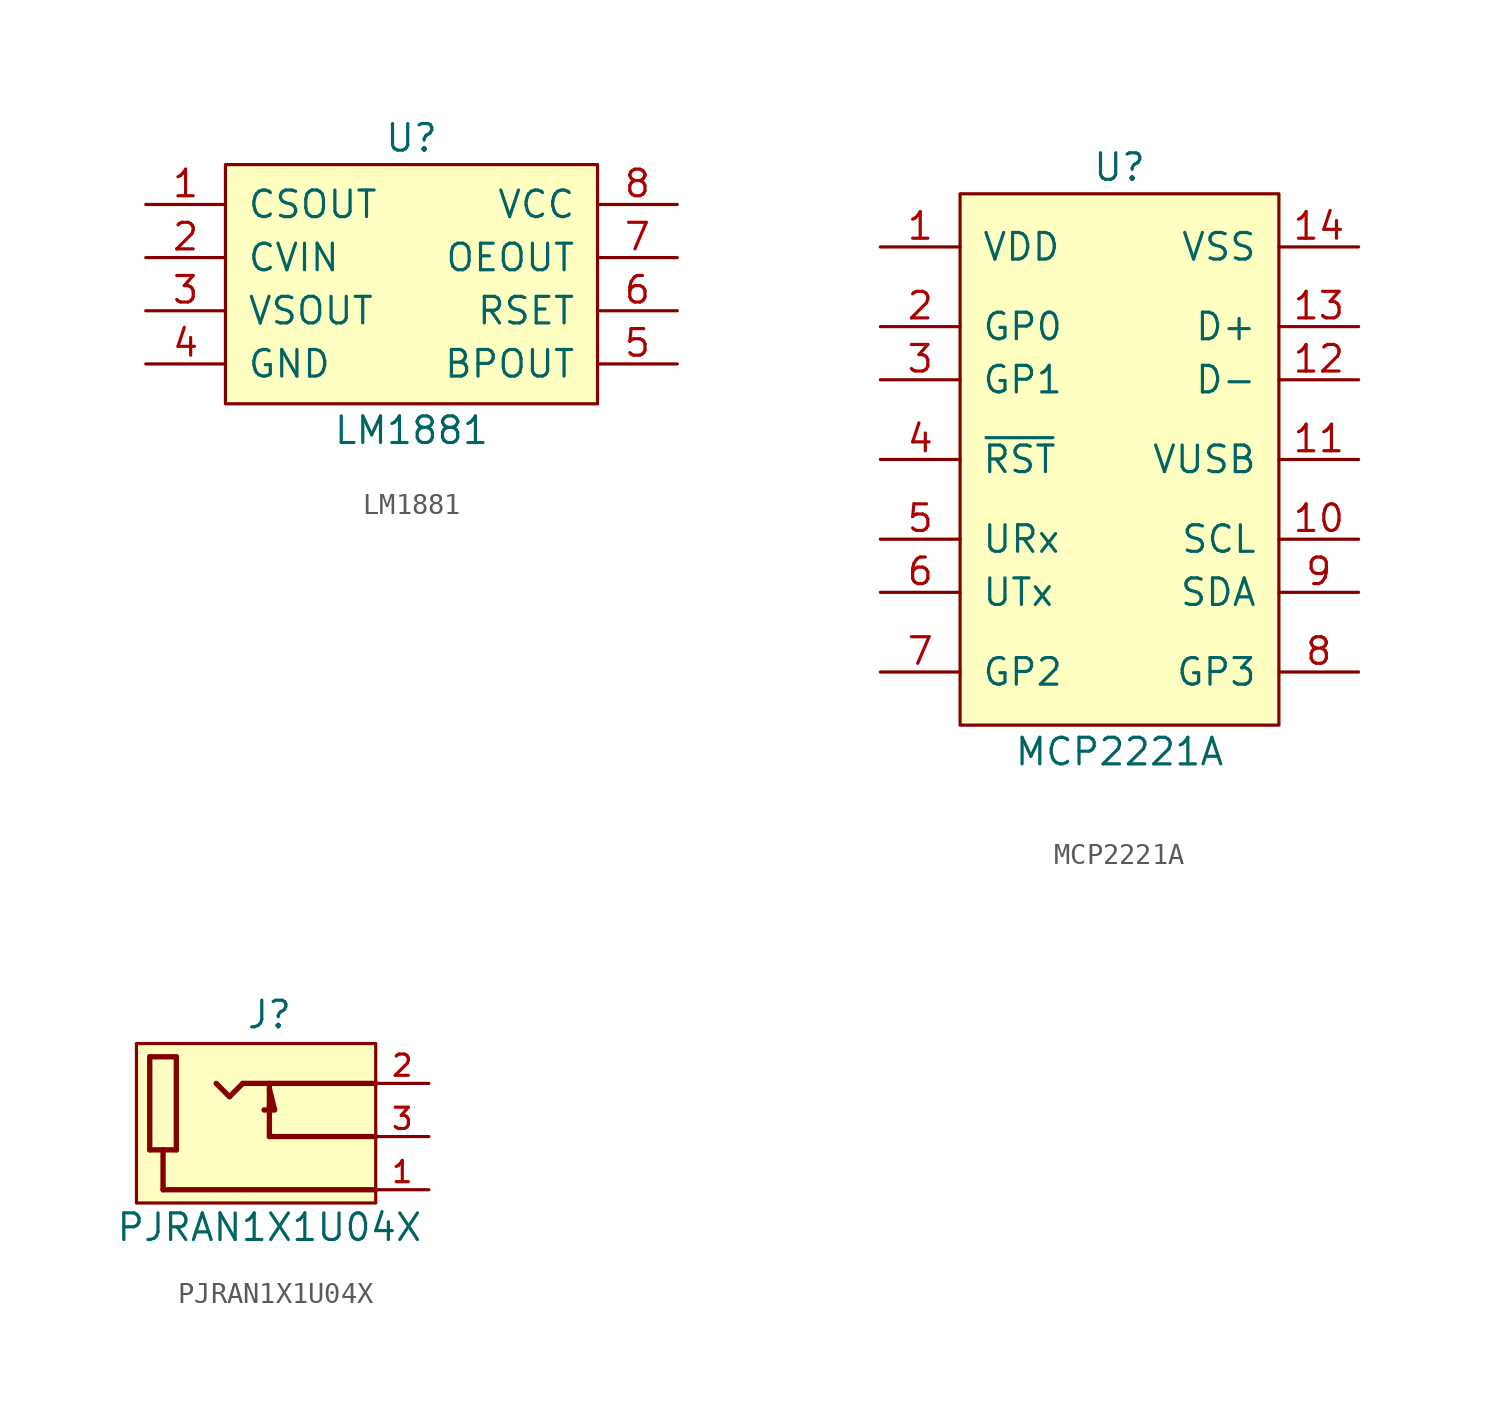
<source format=kicad_sym>
(kicad_symbol_lib
  (version 20210619)
  (generator kicad_symbol_editor)
  (symbol "LM1881"
    (pin_names
      (offset 1.016))
    (property "Reference" "U"
      (at 0 7.62 0)
      (effects (font (size 1.27 1.27))))
    (property "Value" "LM1881"
      (at 0 -6.35 0)
      (effects (font (size 1.27 1.27))))
    (symbol "LM1881_0_1"
      (rectangle (start -8.89 6.35) (end 8.89 -5.08) (stroke (width 0)) (fill (type background))))
    (symbol "LM1881_1_1"
      (pin output line (at -12.7 4.445 0) (length 3.81) (name "CSOUT" (effects (font (size 1.27 1.27)))) (number "1" (effects (font (size 1.27 1.27)))))
      (pin input line (at -12.7 1.905 0) (length 3.81) (name "CVIN" (effects (font (size 1.27 1.27)))) (number "2" (effects (font (size 1.27 1.27)))))
      (pin output line (at -12.7 -0.635 0) (length 3.81) (name "VSOUT" (effects (font (size 1.27 1.27)))) (number "3" (effects (font (size 1.27 1.27)))))
      (pin power_in line (at -12.7 -3.175 0) (length 3.81) (name "GND" (effects (font (size 1.27 1.27)))) (number "4" (effects (font (size 1.27 1.27)))))
      (pin output line (at 12.7 -3.175 180) (length 3.81) (name "BPOUT" (effects (font (size 1.27 1.27)))) (number "5" (effects (font (size 1.27 1.27)))))
      (pin input line (at 12.7 -0.635 180) (length 3.81) (name "RSET" (effects (font (size 1.27 1.27)))) (number "6" (effects (font (size 1.27 1.27)))))
      (pin output line (at 12.7 1.905 180) (length 3.81) (name "OEOUT" (effects (font (size 1.27 1.27)))) (number "7" (effects (font (size 1.27 1.27)))))
      (pin power_in line (at 12.7 4.445 180) (length 3.81) (name "VCC" (effects (font (size 1.27 1.27)))) (number "8" (effects (font (size 1.27 1.27)))))))
  (symbol "MCP2221A"
    (pin_names
      (offset 1.016))
    (property "Reference" "U"
      (at 0 13.97 0)
      (effects (font (size 1.27 1.27))))
    (property "Value" "MCP2221A"
      (at 0 -13.97 0)
      (effects (font (size 1.27 1.27))))
    (symbol "MCP2221A_0_0"
      (pin power_in line (at -11.43 10.16 0) (length 3.81) (name "VDD" (effects (font (size 1.27 1.27)))) (number "1" (effects (font (size 1.27 1.27)))))
      (pin bidirectional line (at 11.43 -3.81 180) (length 3.81) (name "SCL" (effects (font (size 1.27 1.27)))) (number "10" (effects (font (size 1.27 1.27)))))
      (pin power_out line (at 11.43 0 180) (length 3.81) (name "VUSB" (effects (font (size 1.27 1.27)))) (number "11" (effects (font (size 1.27 1.27)))))
      (pin bidirectional line (at 11.43 3.81 180) (length 3.81) (name "D-" (effects (font (size 1.27 1.27)))) (number "12" (effects (font (size 1.27 1.27)))))
      (pin bidirectional line (at 11.43 6.35 180) (length 3.81) (name "D+" (effects (font (size 1.27 1.27)))) (number "13" (effects (font (size 1.27 1.27)))))
      (pin power_in line (at 11.43 10.16 180) (length 3.81) (name "VSS" (effects (font (size 1.27 1.27)))) (number "14" (effects (font (size 1.27 1.27)))))
      (pin bidirectional line (at -11.43 6.35 0) (length 3.81) (name "GP0" (effects (font (size 1.27 1.27)))) (number "2" (effects (font (size 1.27 1.27)))))
      (pin bidirectional line (at -11.43 3.81 0) (length 3.81) (name "GP1" (effects (font (size 1.27 1.27)))) (number "3" (effects (font (size 1.27 1.27)))))
      (pin input line (at -11.43 0 0) (length 3.81) (name "~{RST}" (effects (font (size 1.27 1.27)))) (number "4" (effects (font (size 1.27 1.27)))))
      (pin input line (at -11.43 -3.81 0) (length 3.81) (name "URx" (effects (font (size 1.27 1.27)))) (number "5" (effects (font (size 1.27 1.27)))))
      (pin output line (at -11.43 -6.35 0) (length 3.81) (name "UTx" (effects (font (size 1.27 1.27)))) (number "6" (effects (font (size 1.27 1.27)))))
      (pin bidirectional line (at -11.43 -10.16 0) (length 3.81) (name "GP2" (effects (font (size 1.27 1.27)))) (number "7" (effects (font (size 1.27 1.27)))))
      (pin bidirectional line (at 11.43 -10.16 180) (length 3.81) (name "GP3" (effects (font (size 1.27 1.27)))) (number "8" (effects (font (size 1.27 1.27)))))
      (pin bidirectional line (at 11.43 -6.35 180) (length 3.81) (name "SDA" (effects (font (size 1.27 1.27)))) (number "9" (effects (font (size 1.27 1.27))))))
    (symbol "MCP2221A_0_1"
      (rectangle (start -7.62 12.7) (end 7.62 -12.7) (stroke (width 0)) (fill (type background)))))
  (symbol "PJRAN1X1U04X"
    (pin_names
      (offset 1.016) hide)
    (property "Reference" "J"
      (at 0 5.08 0)
      (effects (font (size 1.27 1.27)) (justify bottom)))
    (property "Value" "PJRAN1X1U04X"
      (at 0 -5.08 0)
      (effects (font (size 1.27 1.27)) (justify bottom)))
    (property "ki_locked" ""
      (at 0 0 0)
      (effects (font (size 1.27 1.27))))
    (symbol "PJRAN1X1U04X_0_0"
      (polyline (pts (xy -5.715 -0.635) (xy -5.08 -0.635)) (stroke (width 0.254)) (fill (type none)))
      (polyline (pts (xy -5.715 3.81) (xy -5.715 -0.635)) (stroke (width 0.254)) (fill (type none)))
      (polyline (pts (xy -5.08 -2.54) (xy -5.08 -0.635)) (stroke (width 0.254)) (fill (type none)))
      (polyline (pts (xy -5.08 -0.635) (xy -4.445 -0.635)) (stroke (width 0.254)) (fill (type none)))
      (polyline (pts (xy -4.445 -0.635) (xy -4.445 3.81)) (stroke (width 0.254)) (fill (type none)))
      (polyline (pts (xy -4.445 3.81) (xy -5.715 3.81)) (stroke (width 0.254)) (fill (type none)))
      (polyline (pts (xy -1.905 1.905) (xy -2.54 2.54)) (stroke (width 0.254)) (fill (type none)))
      (polyline (pts (xy -1.27 2.54) (xy -1.905 1.905)) (stroke (width 0.254)) (fill (type none)))
      (polyline (pts (xy 0 0) (xy 0 2.54)) (stroke (width 0.254)) (fill (type none)))
      (polyline (pts (xy 0 0) (xy 5.08 0)) (stroke (width 0.254)) (fill (type none)))
      (polyline (pts (xy 5.08 -2.54) (xy -5.08 -2.54)) (stroke (width 0.254)) (fill (type none)))
      (polyline (pts (xy 5.08 2.54) (xy -1.27 2.54)) (stroke (width 0.254)) (fill (type none)))
      (polyline (pts (xy 0 2.286) (xy 0.254 1.27) (xy -0.254 1.27)) (stroke (width 0.254)) (fill (type background)))
      (pin passive line (at 7.62 -2.54 180) (length 2.54) (name "~" (effects (font (size 1.016 1.016)))) (number "1" (effects (font (size 1.016 1.016)))))
      (pin passive line (at 7.62 2.54 180) (length 2.54) (name "~" (effects (font (size 1.016 1.016)))) (number "2" (effects (font (size 1.016 1.016)))))
      (pin passive line (at 7.62 0 180) (length 2.54) (name "~" (effects (font (size 1.016 1.016)))) (number "3" (effects (font (size 1.016 1.016))))))
    (symbol "PJRAN1X1U04X_1_1"
      (rectangle (start -6.35 4.445) (end 5.08 -3.175) (stroke (width 0)) (fill (type background))))))
</source>
